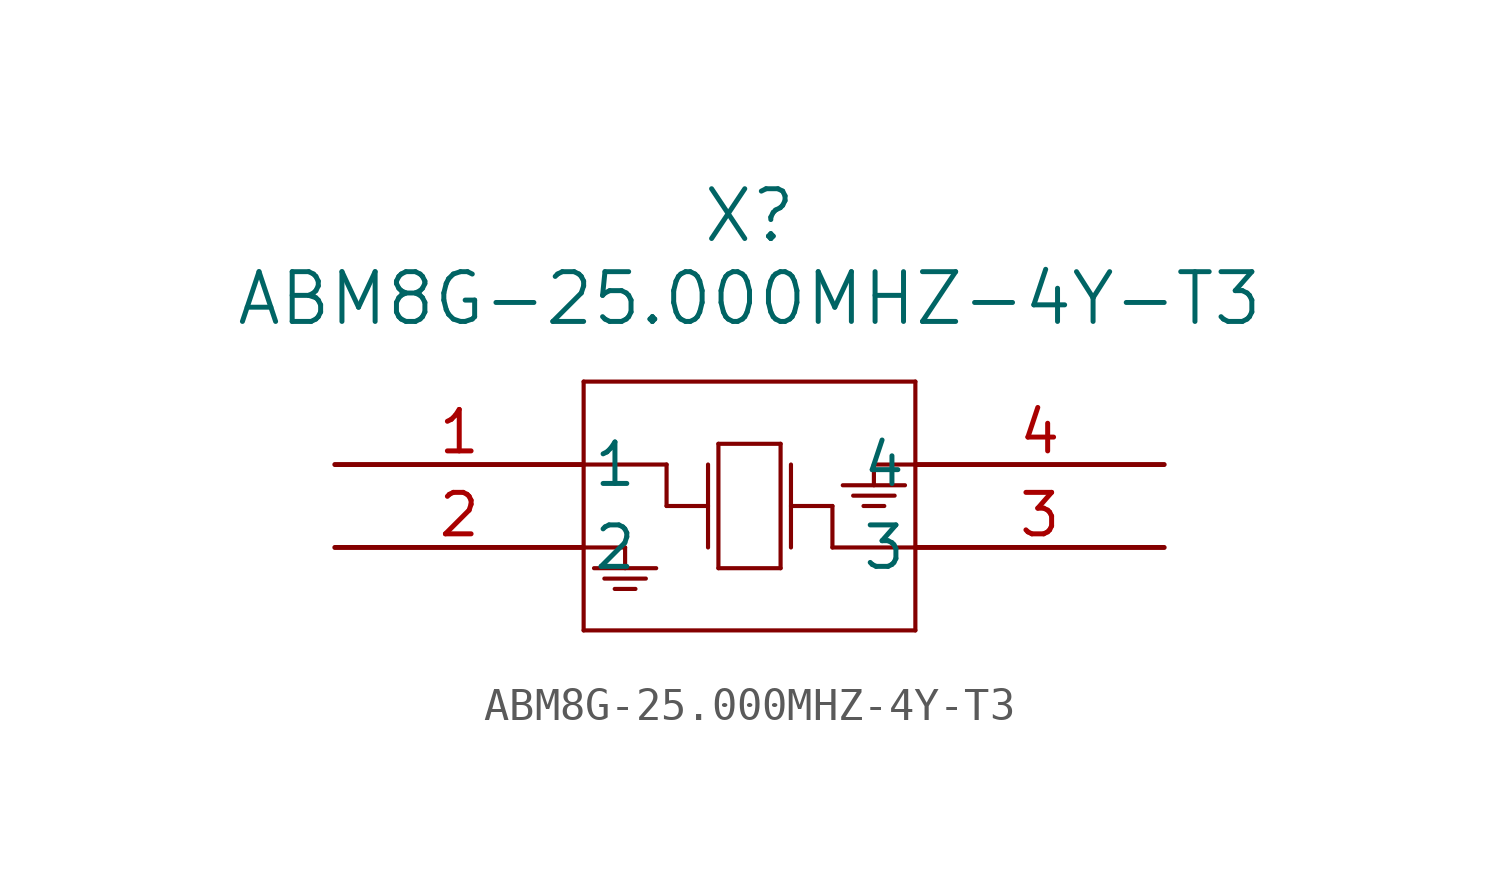
<source format=kicad_sym>
(kicad_symbol_lib
  (version 20231120)
  (generator "kicad_symbol_editor")
  (generator_version "8.0")
  (symbol "ABM8G-25.000MHZ-4Y-T3"
    (pin_names
      (offset 0.254))
    (property "Reference" "X"
      (at 12.7 7.62 0)
      (effects (font (size 1.524 1.524))))
    (property "Value" "ABM8G-25.000MHZ-4Y-T3"
      (at 12.7 5.08 0)
      (effects (font (size 1.524 1.524))))
    (symbol "ABM8G-25.000MHZ-4Y-T3_0_1"
      (polyline (pts (xy 7.62 -5.08) (xy 17.78 -5.08)) (stroke (width 0.127) (type default)) (fill (type none)))
      (polyline (pts (xy 7.62 -2.54) (xy 8.89 -2.54)) (stroke (width 0.127) (type default)) (fill (type none)))
      (polyline (pts (xy 7.62 2.54) (xy 7.62 -5.08)) (stroke (width 0.127) (type default)) (fill (type none)))
      (polyline (pts (xy 7.938 -3.175) (xy 9.842 -3.175)) (stroke (width 0.127) (type default)) (fill (type none)))
      (polyline (pts (xy 8.255 -3.493) (xy 9.525 -3.493)) (stroke (width 0.127) (type default)) (fill (type none)))
      (polyline (pts (xy 8.572 -3.81) (xy 9.207 -3.81)) (stroke (width 0.127) (type default)) (fill (type none)))
      (polyline (pts (xy 8.89 -2.54) (xy 8.89 -3.175)) (stroke (width 0.127) (type default)) (fill (type none)))
      (polyline (pts (xy 10.16 -1.27) (xy 10.16 0)) (stroke (width 0.127) (type default)) (fill (type none)))
      (polyline (pts (xy 10.16 0) (xy 7.62 0)) (stroke (width 0.127) (type default)) (fill (type none)))
      (polyline (pts (xy 11.43 -1.27) (xy 10.16 -1.27)) (stroke (width 0.127) (type default)) (fill (type none)))
      (polyline (pts (xy 11.43 0) (xy 11.43 -2.54)) (stroke (width 0.127) (type default)) (fill (type none)))
      (polyline (pts (xy 11.748 -3.175) (xy 13.652 -3.175)) (stroke (width 0.127) (type default)) (fill (type none)))
      (polyline (pts (xy 11.748 0.635) (xy 11.748 -3.175)) (stroke (width 0.127) (type default)) (fill (type none)))
      (polyline (pts (xy 13.652 -3.175) (xy 13.652 0.635)) (stroke (width 0.127) (type default)) (fill (type none)))
      (polyline (pts (xy 13.652 0.635) (xy 11.748 0.635)) (stroke (width 0.127) (type default)) (fill (type none)))
      (polyline (pts (xy 13.97 -1.27) (xy 15.24 -1.27)) (stroke (width 0.127) (type default)) (fill (type none)))
      (polyline (pts (xy 13.97 0) (xy 13.97 -2.54)) (stroke (width 0.127) (type default)) (fill (type none)))
      (polyline (pts (xy 15.24 -2.54) (xy 17.78 -2.54)) (stroke (width 0.127) (type default)) (fill (type none)))
      (polyline (pts (xy 15.24 -1.27) (xy 15.24 -2.54)) (stroke (width 0.127) (type default)) (fill (type none)))
      (polyline (pts (xy 16.51 0) (xy 16.51 -0.635)) (stroke (width 0.127) (type default)) (fill (type none)))
      (polyline (pts (xy 16.828 -1.27) (xy 16.192 -1.27)) (stroke (width 0.127) (type default)) (fill (type none)))
      (polyline (pts (xy 17.145 -0.953) (xy 15.875 -0.953)) (stroke (width 0.127) (type default)) (fill (type none)))
      (polyline (pts (xy 17.462 -0.635) (xy 15.557 -0.635)) (stroke (width 0.127) (type default)) (fill (type none)))
      (polyline (pts (xy 17.78 -5.08) (xy 17.78 2.54)) (stroke (width 0.127) (type default)) (fill (type none)))
      (polyline (pts (xy 17.78 0) (xy 16.51 0)) (stroke (width 0.127) (type default)) (fill (type none)))
      (polyline (pts (xy 17.78 2.54) (xy 7.62 2.54)) (stroke (width 0.127) (type default)) (fill (type none)))
      (pin unspecified line (at 0 0 0) (length 7.62) (name "1" (effects (font (size 1.27 1.27)))) (number "1" (effects (font (size 1.27 1.27)))))
      (pin unspecified line (at 0 -2.54 0) (length 7.62) (name "2" (effects (font (size 1.27 1.27)))) (number "2" (effects (font (size 1.27 1.27)))))
      (pin unspecified line (at 25.4 -2.54 180) (length 7.62) (name "3" (effects (font (size 1.27 1.27)))) (number "3" (effects (font (size 1.27 1.27)))))
      (pin unspecified line (at 25.4 0 180) (length 7.62) (name "4" (effects (font (size 1.27 1.27)))) (number "4" (effects (font (size 1.27 1.27))))))))
</source>
